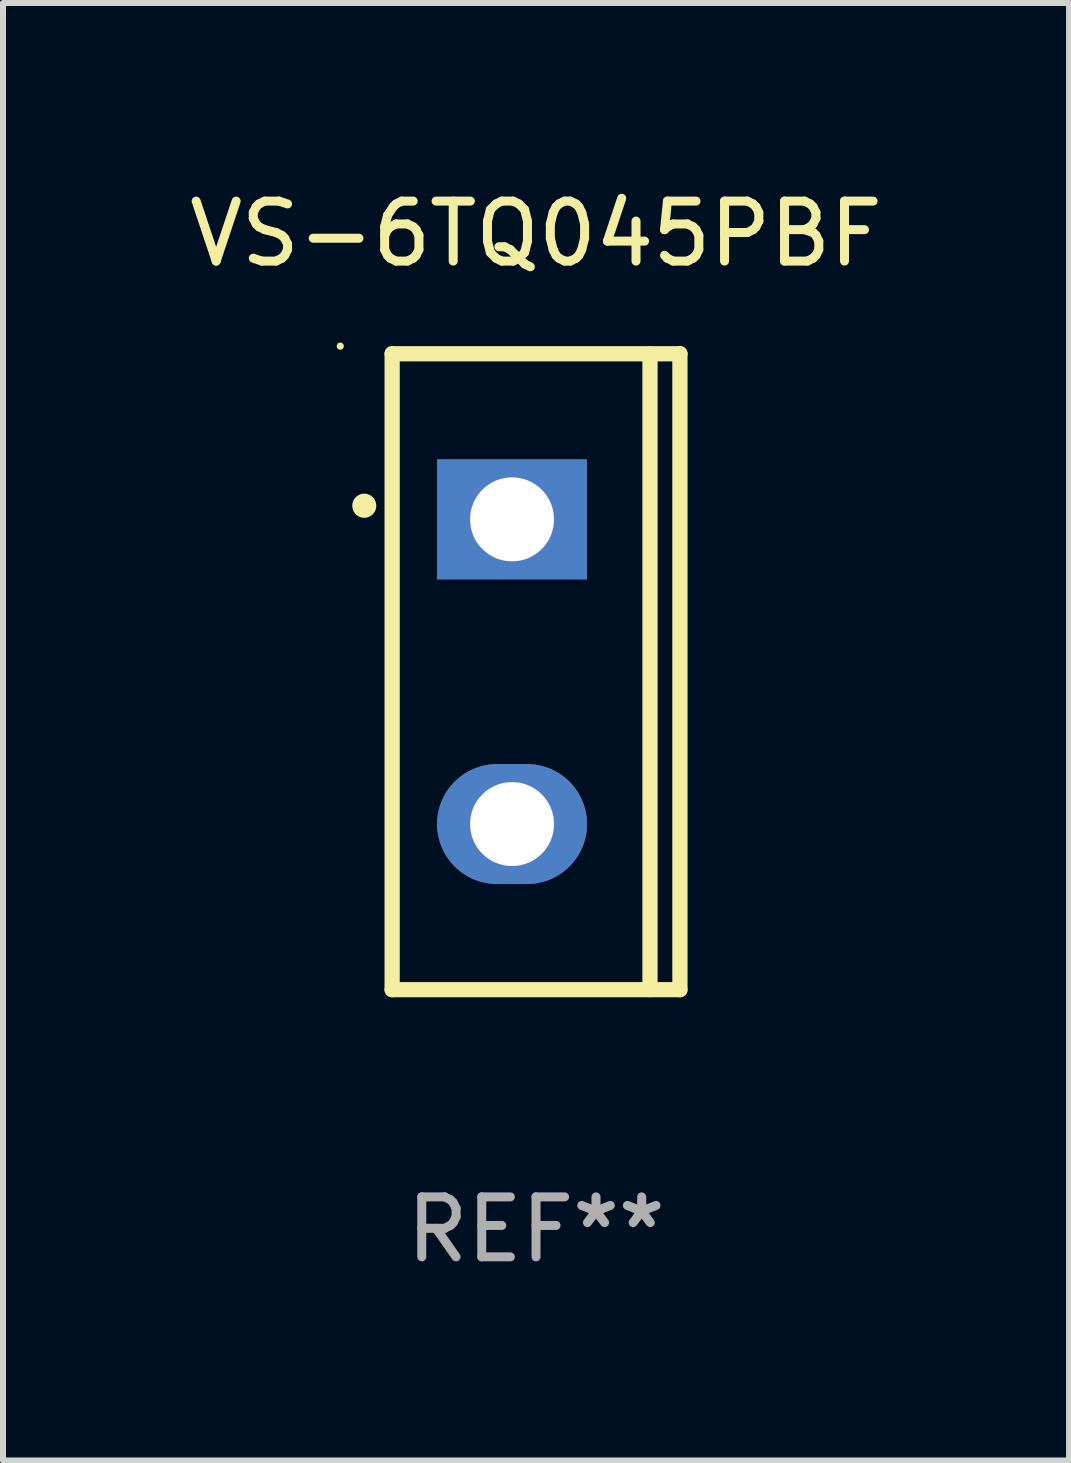
<source format=kicad_pcb>
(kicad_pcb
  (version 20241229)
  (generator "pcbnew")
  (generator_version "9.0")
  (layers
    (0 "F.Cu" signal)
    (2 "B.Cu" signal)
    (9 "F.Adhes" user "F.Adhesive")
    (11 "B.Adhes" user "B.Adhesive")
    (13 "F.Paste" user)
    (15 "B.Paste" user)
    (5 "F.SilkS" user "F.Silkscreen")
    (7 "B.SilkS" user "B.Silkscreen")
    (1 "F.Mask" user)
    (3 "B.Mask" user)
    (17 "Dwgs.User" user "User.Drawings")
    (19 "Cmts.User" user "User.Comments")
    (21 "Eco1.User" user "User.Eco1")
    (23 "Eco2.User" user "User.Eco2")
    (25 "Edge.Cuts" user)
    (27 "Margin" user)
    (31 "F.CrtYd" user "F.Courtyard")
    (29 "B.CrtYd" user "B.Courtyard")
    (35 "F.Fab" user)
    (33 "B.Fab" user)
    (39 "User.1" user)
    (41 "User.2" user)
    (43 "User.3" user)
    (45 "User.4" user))
  (footprint "VS-6TQ045PBF"
    (layer "F.Cu")
    (at 5.887 8.149)
    (property "Reference" "VS-6TQ045PBF" (at 0 -7.301 0) (layer "F.SilkS") (effects (font (size 1 1) (thickness 0.15))))
    (attr through_hole)
    (fp_line (start -2.399 -5.301) (end 2.394 -5.301) (stroke (width 0.254) (type solid)) (layer "F.SilkS"))
    (fp_line (start -2.399 5.301) (end -2.399 -5.301) (stroke (width 0.254) (type solid)) (layer "F.SilkS"))
    (fp_line (start 1.9 5.3) (end 1.9 -5.3) (stroke (width 0.254) (type solid)) (layer "F.SilkS"))
    (fp_line (start 2.394 -5.301) (end 2.399 -5.301) (stroke (width 0.254) (type solid)) (layer "F.SilkS"))
    (fp_line (start 2.399 -5.301) (end 2.399 5.301) (stroke (width 0.254) (type solid)) (layer "F.SilkS"))
    (fp_line (start 2.399 5.301) (end -2.399 5.301) (stroke (width 0.254) (type solid)) (layer "F.SilkS"))
    (fp_arc (start -2.863843 -2.766066) (mid -2.863847 -2.767336) (end -2.863843 -2.768606) (stroke (width 0.4) (type solid)) (layer "F.SilkS"))
    (fp_circle (center -3.264 -5.428) (end -3.234 -5.428) (stroke (width 0.06) (type solid)) (fill no) (layer "F.SilkS"))
    (fp_text user "REF**" (at 0 9.301 0) (layer "F.Fab") (effects (font (size 1 1) (thickness 0.15))))
    (pad "1" thru_hole rect (at -0.4 -2.54 270) (size 2 2.5) (drill 1.4) (layers "*.Cu" "*.Mask"))
    (pad "2" thru_hole oval (at -0.4 2.54 270) (size 2 2.5) (drill 1.4) (layers "*.Cu" "*.Mask")))
  (gr_rect
    (start -3 -3)
    (end 14.774 21.299)
    (stroke (width 0.1) (type default))
    (fill no)
    (layer "Edge.Cuts")))
</source>
